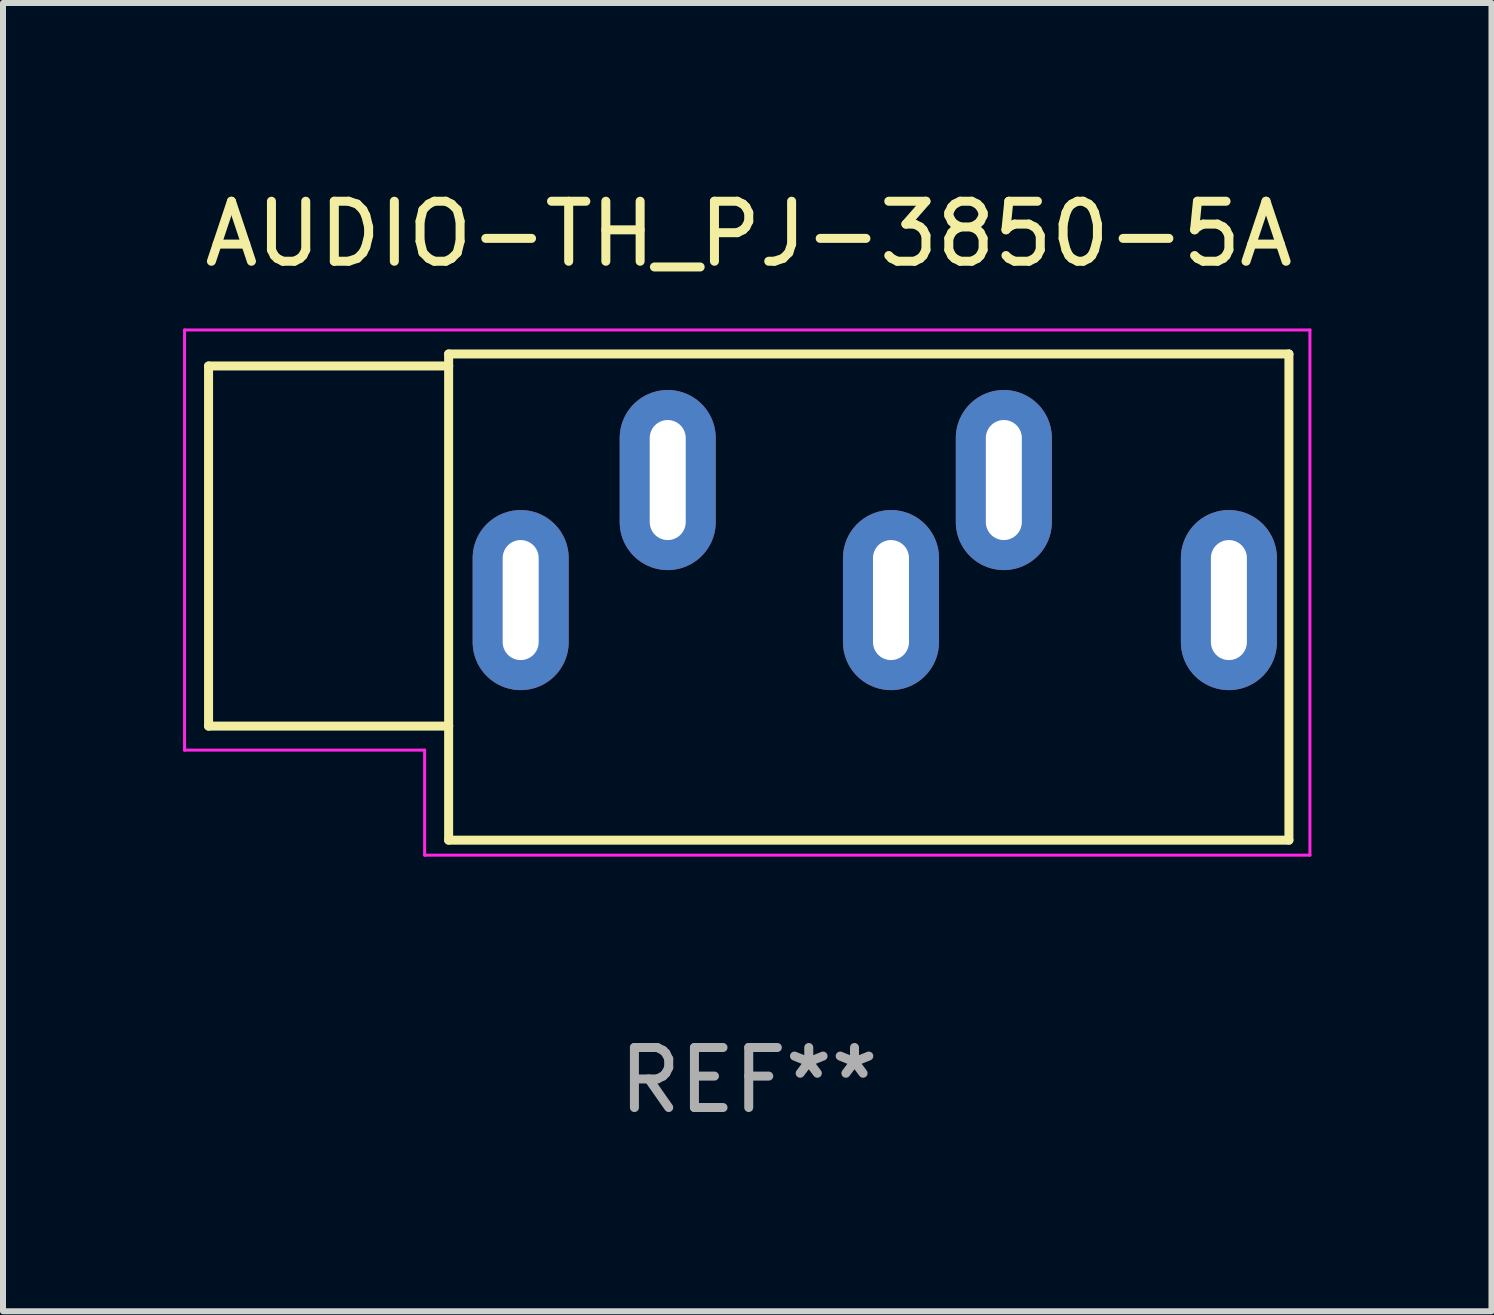
<source format=kicad_pcb>
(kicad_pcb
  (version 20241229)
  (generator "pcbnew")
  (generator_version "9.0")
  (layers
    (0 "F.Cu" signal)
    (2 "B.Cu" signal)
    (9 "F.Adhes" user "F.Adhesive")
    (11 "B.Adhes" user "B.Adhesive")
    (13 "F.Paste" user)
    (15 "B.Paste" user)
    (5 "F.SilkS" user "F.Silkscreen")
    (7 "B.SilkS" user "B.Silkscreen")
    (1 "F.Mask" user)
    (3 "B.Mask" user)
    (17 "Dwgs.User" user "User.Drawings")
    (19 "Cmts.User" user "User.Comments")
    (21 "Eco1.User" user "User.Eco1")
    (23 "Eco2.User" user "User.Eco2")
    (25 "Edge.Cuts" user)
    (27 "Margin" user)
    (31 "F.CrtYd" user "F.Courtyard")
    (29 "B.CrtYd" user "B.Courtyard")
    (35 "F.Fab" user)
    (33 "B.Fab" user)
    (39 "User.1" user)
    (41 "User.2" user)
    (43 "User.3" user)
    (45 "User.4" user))
  (footprint "AUDIO-TH_PJ-3850-5A"
    (layer "F.Cu")
    (at 11.525 5.948)
    (property "Reference" "AUDIO-TH_PJ-3850-5A" (at -2.1 -5.1 0) (layer "F.SilkS") (effects (font (size 1 1) (thickness 0.15))))
    (attr through_hole)
    (fp_line (start -11.1 -2.9) (end -11.1 3.1) (stroke (width 0.15) (type solid)) (layer "F.SilkS"))
    (fp_line (start -11.1 3.1) (end -7.1 3.1) (stroke (width 0.15) (type solid)) (layer "F.SilkS"))
    (fp_line (start -7.1 -3.1) (end -7.1 -2.9) (stroke (width 0.15) (type solid)) (layer "F.SilkS"))
    (fp_line (start -7.1 -2.9) (end -11.1 -2.9) (stroke (width 0.15) (type solid)) (layer "F.SilkS"))
    (fp_line (start -7.1 -2.9) (end -7.1 3.1) (stroke (width 0.15) (type solid)) (layer "F.SilkS"))
    (fp_line (start -7.1 3.1) (end -7.1 5) (stroke (width 0.15) (type solid)) (layer "F.SilkS"))
    (fp_line (start -7.1 5) (end 6.9 5) (stroke (width 0.15) (type solid)) (layer "F.SilkS"))
    (fp_line (start 6.9 -3.1) (end -7.1 -3.1) (stroke (width 0.15) (type solid)) (layer "F.SilkS"))
    (fp_line (start 6.9 5) (end 6.9 -3.1) (stroke (width 0.15) (type solid)) (layer "F.SilkS"))
    (fp_line (start -11.5 -3.5) (end 7.25 -3.5) (stroke (width 0.05) (type default)) (layer "F.CrtYd"))
    (fp_line (start -11.5 3.5) (end -11.5 -3.5) (stroke (width 0.05) (type default)) (layer "F.CrtYd"))
    (fp_line (start -7.5 3.5) (end -11.5 3.5) (stroke (width 0.05) (type default)) (layer "F.CrtYd"))
    (fp_line (start -7.5 5.25) (end -7.5 3.5) (stroke (width 0.05) (type default)) (layer "F.CrtYd"))
    (fp_line (start 7.25 -3.5) (end 7.25 5.25) (stroke (width 0.05) (type default)) (layer "F.CrtYd"))
    (fp_line (start 7.25 5.25) (end -7.5 5.25) (stroke (width 0.05) (type default)) (layer "F.CrtYd"))
    (fp_text user "REF**" (at -2.1 9 0) (layer "F.Fab") (effects (font (size 1 1) (thickness 0.15))))
    (pad "1" thru_hole oval (at -5.9 1) (size 1.6 3) (drill oval 0.6 2) (layers "*.Cu" "*.Mask"))
    (pad "2" thru_hole oval (at -3.45 -1) (size 1.6 3) (drill oval 0.6 2) (layers "*.Cu" "*.Mask"))
    (pad "3" thru_hole oval (at 2.15 -1) (size 1.6 3) (drill oval 0.6 2) (layers "*.Cu" "*.Mask"))
    (pad "4" thru_hole oval (at 0.27 1) (size 1.6 3) (drill oval 0.6 2) (layers "*.Cu" "*.Mask"))
    (pad "5" thru_hole oval (at 5.9 1) (size 1.6 3) (drill oval 0.6 2) (layers "*.Cu" "*.Mask")))
  (gr_rect
    (start -3 -3)
    (end 21.8 18.797)
    (stroke (width 0.1) (type default))
    (fill no)
    (layer "Edge.Cuts")))
</source>
